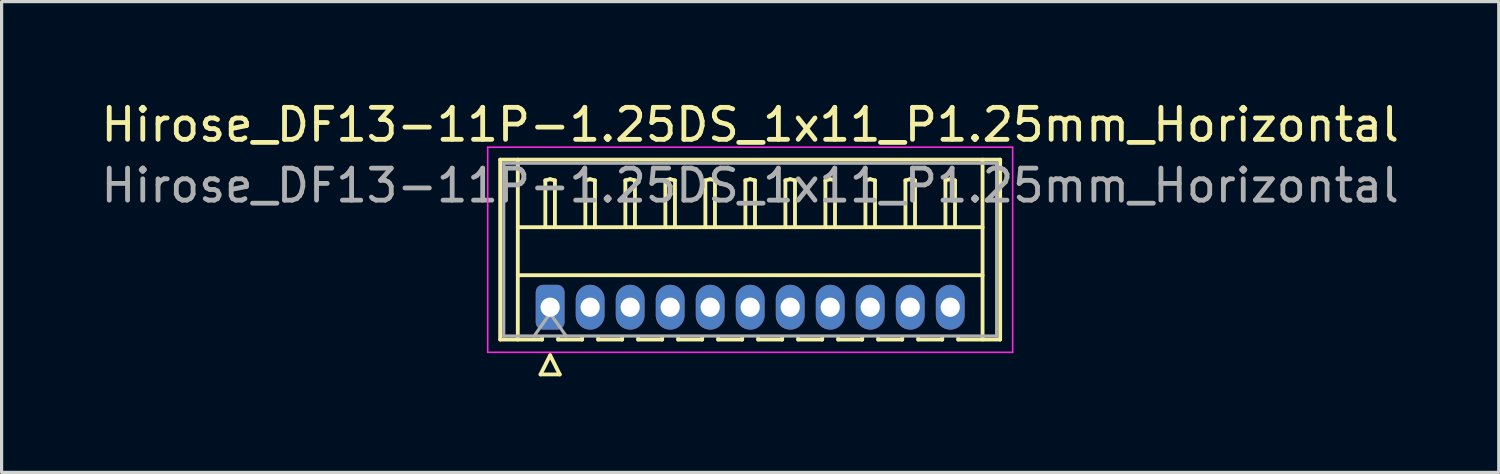
<source format=kicad_pcb>
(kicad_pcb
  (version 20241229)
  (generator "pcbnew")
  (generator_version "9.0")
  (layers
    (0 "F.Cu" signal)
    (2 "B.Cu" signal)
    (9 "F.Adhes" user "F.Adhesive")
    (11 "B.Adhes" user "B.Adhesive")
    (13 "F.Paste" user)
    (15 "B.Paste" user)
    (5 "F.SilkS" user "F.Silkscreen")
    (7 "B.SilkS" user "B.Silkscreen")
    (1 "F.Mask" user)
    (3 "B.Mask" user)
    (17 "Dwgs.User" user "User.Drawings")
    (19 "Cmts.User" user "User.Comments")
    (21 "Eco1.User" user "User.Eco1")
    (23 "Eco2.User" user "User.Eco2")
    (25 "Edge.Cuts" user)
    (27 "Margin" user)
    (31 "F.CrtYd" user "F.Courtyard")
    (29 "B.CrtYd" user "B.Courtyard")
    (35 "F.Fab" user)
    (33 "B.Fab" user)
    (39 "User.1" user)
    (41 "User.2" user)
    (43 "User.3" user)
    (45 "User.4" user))
  (footprint "Hirose_DF13-11P-1.25DS_1x11_P1.25mm_Horizontal"
    (layer "F.Cu")
    (at 14.137 6.548)
    (property "Reference" "Hirose_DF13-11P-1.25DS_1x11_P1.25mm_Horizontal" (at 6.25 -5.7 0) (layer "F.SilkS") (effects (font (size 1 1) (thickness 0.15))))
    (attr through_hole)
    (fp_line (start -1.56 -4.61) (end 14.06 -4.61) (stroke (width 0.12) (type solid)) (layer "F.SilkS"))
    (fp_line (start -1.56 1.01) (end -1.56 -4.61) (stroke (width 0.12) (type solid)) (layer "F.SilkS"))
    (fp_line (start -1.01 -4.61) (end -1.01 1.01) (stroke (width 0.12) (type solid)) (layer "F.SilkS"))
    (fp_line (start -1.01 -2.5) (end 13.51 -2.5) (stroke (width 0.12) (type solid)) (layer "F.SilkS"))
    (fp_line (start -1.01 -1) (end 13.51 -1) (stroke (width 0.12) (type solid)) (layer "F.SilkS"))
    (fp_line (start -0.3 2.1) (end 0.3 2.1) (stroke (width 0.12) (type solid)) (layer "F.SilkS"))
    (fp_line (start -0.25 0.96) (end -0.25 1.01) (stroke (width 0.12) (type solid)) (layer "F.SilkS"))
    (fp_line (start -0.25 1.01) (end -1.56 1.01) (stroke (width 0.12) (type solid)) (layer "F.SilkS"))
    (fp_line (start -0.15 -3.962) (end 0 -4) (stroke (width 0.12) (type solid)) (layer "F.SilkS"))
    (fp_line (start -0.15 -2.5) (end -0.15 -3.962) (stroke (width 0.12) (type solid)) (layer "F.SilkS"))
    (fp_line (start 0 -4) (end 0.15 -3.962) (stroke (width 0.12) (type solid)) (layer "F.SilkS"))
    (fp_line (start 0 1.5) (end -0.3 2.1) (stroke (width 0.12) (type solid)) (layer "F.SilkS"))
    (fp_line (start 0.15 -3.962) (end 0.15 -2.5) (stroke (width 0.12) (type solid)) (layer "F.SilkS"))
    (fp_line (start 0.25 0.96) (end 0.25 1.01) (stroke (width 0.12) (type solid)) (layer "F.SilkS"))
    (fp_line (start 0.25 1.01) (end 1 1.01) (stroke (width 0.12) (type solid)) (layer "F.SilkS"))
    (fp_line (start 0.3 2.1) (end 0 1.5) (stroke (width 0.12) (type solid)) (layer "F.SilkS"))
    (fp_line (start 1 1.01) (end 1 0.96) (stroke (width 0.12) (type solid)) (layer "F.SilkS"))
    (fp_line (start 1.1 -3.962) (end 1.25 -4) (stroke (width 0.12) (type solid)) (layer "F.SilkS"))
    (fp_line (start 1.1 -2.5) (end 1.1 -3.962) (stroke (width 0.12) (type solid)) (layer "F.SilkS"))
    (fp_line (start 1.25 -4) (end 1.4 -3.962) (stroke (width 0.12) (type solid)) (layer "F.SilkS"))
    (fp_line (start 1.4 -3.962) (end 1.4 -2.5) (stroke (width 0.12) (type solid)) (layer "F.SilkS"))
    (fp_line (start 1.5 0.96) (end 1.5 1.01) (stroke (width 0.12) (type solid)) (layer "F.SilkS"))
    (fp_line (start 1.5 1.01) (end 2.25 1.01) (stroke (width 0.12) (type solid)) (layer "F.SilkS"))
    (fp_line (start 2.25 1.01) (end 2.25 0.96) (stroke (width 0.12) (type solid)) (layer "F.SilkS"))
    (fp_line (start 2.35 -3.962) (end 2.5 -4) (stroke (width 0.12) (type solid)) (layer "F.SilkS"))
    (fp_line (start 2.35 -2.5) (end 2.35 -3.962) (stroke (width 0.12) (type solid)) (layer "F.SilkS"))
    (fp_line (start 2.5 -4) (end 2.65 -3.962) (stroke (width 0.12) (type solid)) (layer "F.SilkS"))
    (fp_line (start 2.65 -3.962) (end 2.65 -2.5) (stroke (width 0.12) (type solid)) (layer "F.SilkS"))
    (fp_line (start 2.75 0.96) (end 2.75 1.01) (stroke (width 0.12) (type solid)) (layer "F.SilkS"))
    (fp_line (start 2.75 1.01) (end 3.5 1.01) (stroke (width 0.12) (type solid)) (layer "F.SilkS"))
    (fp_line (start 3.5 1.01) (end 3.5 0.96) (stroke (width 0.12) (type solid)) (layer "F.SilkS"))
    (fp_line (start 3.6 -3.962) (end 3.75 -4) (stroke (width 0.12) (type solid)) (layer "F.SilkS"))
    (fp_line (start 3.6 -2.5) (end 3.6 -3.962) (stroke (width 0.12) (type solid)) (layer "F.SilkS"))
    (fp_line (start 3.75 -4) (end 3.9 -3.962) (stroke (width 0.12) (type solid)) (layer "F.SilkS"))
    (fp_line (start 3.9 -3.962) (end 3.9 -2.5) (stroke (width 0.12) (type solid)) (layer "F.SilkS"))
    (fp_line (start 4 0.96) (end 4 1.01) (stroke (width 0.12) (type solid)) (layer "F.SilkS"))
    (fp_line (start 4 1.01) (end 4.75 1.01) (stroke (width 0.12) (type solid)) (layer "F.SilkS"))
    (fp_line (start 4.75 1.01) (end 4.75 0.96) (stroke (width 0.12) (type solid)) (layer "F.SilkS"))
    (fp_line (start 4.85 -3.962) (end 5 -4) (stroke (width 0.12) (type solid)) (layer "F.SilkS"))
    (fp_line (start 4.85 -2.5) (end 4.85 -3.962) (stroke (width 0.12) (type solid)) (layer "F.SilkS"))
    (fp_line (start 5 -4) (end 5.15 -3.962) (stroke (width 0.12) (type solid)) (layer "F.SilkS"))
    (fp_line (start 5.15 -3.962) (end 5.15 -2.5) (stroke (width 0.12) (type solid)) (layer "F.SilkS"))
    (fp_line (start 5.25 0.96) (end 5.25 1.01) (stroke (width 0.12) (type solid)) (layer "F.SilkS"))
    (fp_line (start 5.25 1.01) (end 6 1.01) (stroke (width 0.12) (type solid)) (layer "F.SilkS"))
    (fp_line (start 6 1.01) (end 6 0.96) (stroke (width 0.12) (type solid)) (layer "F.SilkS"))
    (fp_line (start 6.1 -3.962) (end 6.25 -4) (stroke (width 0.12) (type solid)) (layer "F.SilkS"))
    (fp_line (start 6.1 -2.5) (end 6.1 -3.962) (stroke (width 0.12) (type solid)) (layer "F.SilkS"))
    (fp_line (start 6.25 -4) (end 6.4 -3.962) (stroke (width 0.12) (type solid)) (layer "F.SilkS"))
    (fp_line (start 6.4 -3.962) (end 6.4 -2.5) (stroke (width 0.12) (type solid)) (layer "F.SilkS"))
    (fp_line (start 6.5 0.96) (end 6.5 1.01) (stroke (width 0.12) (type solid)) (layer "F.SilkS"))
    (fp_line (start 6.5 1.01) (end 7.25 1.01) (stroke (width 0.12) (type solid)) (layer "F.SilkS"))
    (fp_line (start 7.25 1.01) (end 7.25 0.96) (stroke (width 0.12) (type solid)) (layer "F.SilkS"))
    (fp_line (start 7.35 -3.962) (end 7.5 -4) (stroke (width 0.12) (type solid)) (layer "F.SilkS"))
    (fp_line (start 7.35 -2.5) (end 7.35 -3.962) (stroke (width 0.12) (type solid)) (layer "F.SilkS"))
    (fp_line (start 7.5 -4) (end 7.65 -3.962) (stroke (width 0.12) (type solid)) (layer "F.SilkS"))
    (fp_line (start 7.65 -3.962) (end 7.65 -2.5) (stroke (width 0.12) (type solid)) (layer "F.SilkS"))
    (fp_line (start 7.75 0.96) (end 7.75 1.01) (stroke (width 0.12) (type solid)) (layer "F.SilkS"))
    (fp_line (start 7.75 1.01) (end 8.5 1.01) (stroke (width 0.12) (type solid)) (layer "F.SilkS"))
    (fp_line (start 8.5 1.01) (end 8.5 0.96) (stroke (width 0.12) (type solid)) (layer "F.SilkS"))
    (fp_line (start 8.6 -3.962) (end 8.75 -4) (stroke (width 0.12) (type solid)) (layer "F.SilkS"))
    (fp_line (start 8.6 -2.5) (end 8.6 -3.962) (stroke (width 0.12) (type solid)) (layer "F.SilkS"))
    (fp_line (start 8.75 -4) (end 8.9 -3.962) (stroke (width 0.12) (type solid)) (layer "F.SilkS"))
    (fp_line (start 8.9 -3.962) (end 8.9 -2.5) (stroke (width 0.12) (type solid)) (layer "F.SilkS"))
    (fp_line (start 9 0.96) (end 9 1.01) (stroke (width 0.12) (type solid)) (layer "F.SilkS"))
    (fp_line (start 9 1.01) (end 9.75 1.01) (stroke (width 0.12) (type solid)) (layer "F.SilkS"))
    (fp_line (start 9.75 1.01) (end 9.75 0.96) (stroke (width 0.12) (type solid)) (layer "F.SilkS"))
    (fp_line (start 9.85 -3.962) (end 10 -4) (stroke (width 0.12) (type solid)) (layer "F.SilkS"))
    (fp_line (start 9.85 -2.5) (end 9.85 -3.962) (stroke (width 0.12) (type solid)) (layer "F.SilkS"))
    (fp_line (start 10 -4) (end 10.15 -3.962) (stroke (width 0.12) (type solid)) (layer "F.SilkS"))
    (fp_line (start 10.15 -3.962) (end 10.15 -2.5) (stroke (width 0.12) (type solid)) (layer "F.SilkS"))
    (fp_line (start 10.25 0.96) (end 10.25 1.01) (stroke (width 0.12) (type solid)) (layer "F.SilkS"))
    (fp_line (start 10.25 1.01) (end 11 1.01) (stroke (width 0.12) (type solid)) (layer "F.SilkS"))
    (fp_line (start 11 1.01) (end 11 0.96) (stroke (width 0.12) (type solid)) (layer "F.SilkS"))
    (fp_line (start 11.1 -3.962) (end 11.25 -4) (stroke (width 0.12) (type solid)) (layer "F.SilkS"))
    (fp_line (start 11.1 -2.5) (end 11.1 -3.962) (stroke (width 0.12) (type solid)) (layer "F.SilkS"))
    (fp_line (start 11.25 -4) (end 11.4 -3.962) (stroke (width 0.12) (type solid)) (layer "F.SilkS"))
    (fp_line (start 11.4 -3.962) (end 11.4 -2.5) (stroke (width 0.12) (type solid)) (layer "F.SilkS"))
    (fp_line (start 11.5 0.96) (end 11.5 1.01) (stroke (width 0.12) (type solid)) (layer "F.SilkS"))
    (fp_line (start 11.5 1.01) (end 12.25 1.01) (stroke (width 0.12) (type solid)) (layer "F.SilkS"))
    (fp_line (start 12.25 1.01) (end 12.25 0.96) (stroke (width 0.12) (type solid)) (layer "F.SilkS"))
    (fp_line (start 12.35 -3.962) (end 12.5 -4) (stroke (width 0.12) (type solid)) (layer "F.SilkS"))
    (fp_line (start 12.35 -2.5) (end 12.35 -3.962) (stroke (width 0.12) (type solid)) (layer "F.SilkS"))
    (fp_line (start 12.5 -4) (end 12.65 -3.962) (stroke (width 0.12) (type solid)) (layer "F.SilkS"))
    (fp_line (start 12.65 -3.962) (end 12.65 -2.5) (stroke (width 0.12) (type solid)) (layer "F.SilkS"))
    (fp_line (start 12.75 1.01) (end 12.75 0.96) (stroke (width 0.12) (type solid)) (layer "F.SilkS"))
    (fp_line (start 13.51 -4.61) (end 13.51 1.01) (stroke (width 0.12) (type solid)) (layer "F.SilkS"))
    (fp_line (start 14.06 -4.61) (end 14.06 1.01) (stroke (width 0.12) (type solid)) (layer "F.SilkS"))
    (fp_line (start 14.06 1.01) (end 12.75 1.01) (stroke (width 0.12) (type solid)) (layer "F.SilkS"))
    (fp_line (start -1.95 -5) (end -1.95 1.41) (stroke (width 0.05) (type solid)) (layer "F.CrtYd"))
    (fp_line (start -1.95 1.41) (end 14.45 1.41) (stroke (width 0.05) (type solid)) (layer "F.CrtYd"))
    (fp_line (start 14.45 -5) (end -1.95 -5) (stroke (width 0.05) (type solid)) (layer "F.CrtYd"))
    (fp_line (start 14.45 1.41) (end 14.45 -5) (stroke (width 0.05) (type solid)) (layer "F.CrtYd"))
    (fp_line (start -1.45 -4.5) (end -1.45 0.9) (stroke (width 0.1) (type solid)) (layer "F.Fab"))
    (fp_line (start -1.45 0.9) (end 13.95 0.9) (stroke (width 0.1) (type solid)) (layer "F.Fab"))
    (fp_line (start -0.5 0.9) (end 0 0.193) (stroke (width 0.1) (type solid)) (layer "F.Fab"))
    (fp_line (start 0 0.193) (end 0.5 0.9) (stroke (width 0.1) (type solid)) (layer "F.Fab"))
    (fp_line (start 13.95 -4.5) (end -1.45 -4.5) (stroke (width 0.1) (type solid)) (layer "F.Fab"))
    (fp_line (start 13.95 0.9) (end 13.95 -4.5) (stroke (width 0.1) (type solid)) (layer "F.Fab"))
    (fp_text user "${REFERENCE}" (at 6.25 -3.8 0) (layer "F.Fab") (effects (font (size 1 1) (thickness 0.15))))
    (pad "1" thru_hole roundrect (at 0 0) (size 0.9 1.4) (drill 0.6) (layers "*.Cu" "*.Mask") (roundrect_rratio 0.25))
    (pad "2" thru_hole oval (at 1.25 0) (size 0.9 1.4) (drill 0.6) (layers "*.Cu" "*.Mask"))
    (pad "3" thru_hole oval (at 2.5 0) (size 0.9 1.4) (drill 0.6) (layers "*.Cu" "*.Mask"))
    (pad "4" thru_hole oval (at 3.75 0) (size 0.9 1.4) (drill 0.6) (layers "*.Cu" "*.Mask"))
    (pad "5" thru_hole oval (at 5 0) (size 0.9 1.4) (drill 0.6) (layers "*.Cu" "*.Mask"))
    (pad "6" thru_hole oval (at 6.25 0) (size 0.9 1.4) (drill 0.6) (layers "*.Cu" "*.Mask"))
    (pad "7" thru_hole oval (at 7.5 0) (size 0.9 1.4) (drill 0.6) (layers "*.Cu" "*.Mask"))
    (pad "8" thru_hole oval (at 8.75 0) (size 0.9 1.4) (drill 0.6) (layers "*.Cu" "*.Mask"))
    (pad "9" thru_hole oval (at 10 0) (size 0.9 1.4) (drill 0.6) (layers "*.Cu" "*.Mask"))
    (pad "10" thru_hole oval (at 11.25 0) (size 0.9 1.4) (drill 0.6) (layers "*.Cu" "*.Mask"))
    (pad "11" thru_hole oval (at 12.5 0) (size 0.9 1.4) (drill 0.6) (layers "*.Cu" "*.Mask")))
  (gr_rect
    (start -3 -3)
    (end 43.774 11.708)
    (stroke (width 0.1) (type default))
    (fill no)
    (layer "Edge.Cuts")))
</source>
